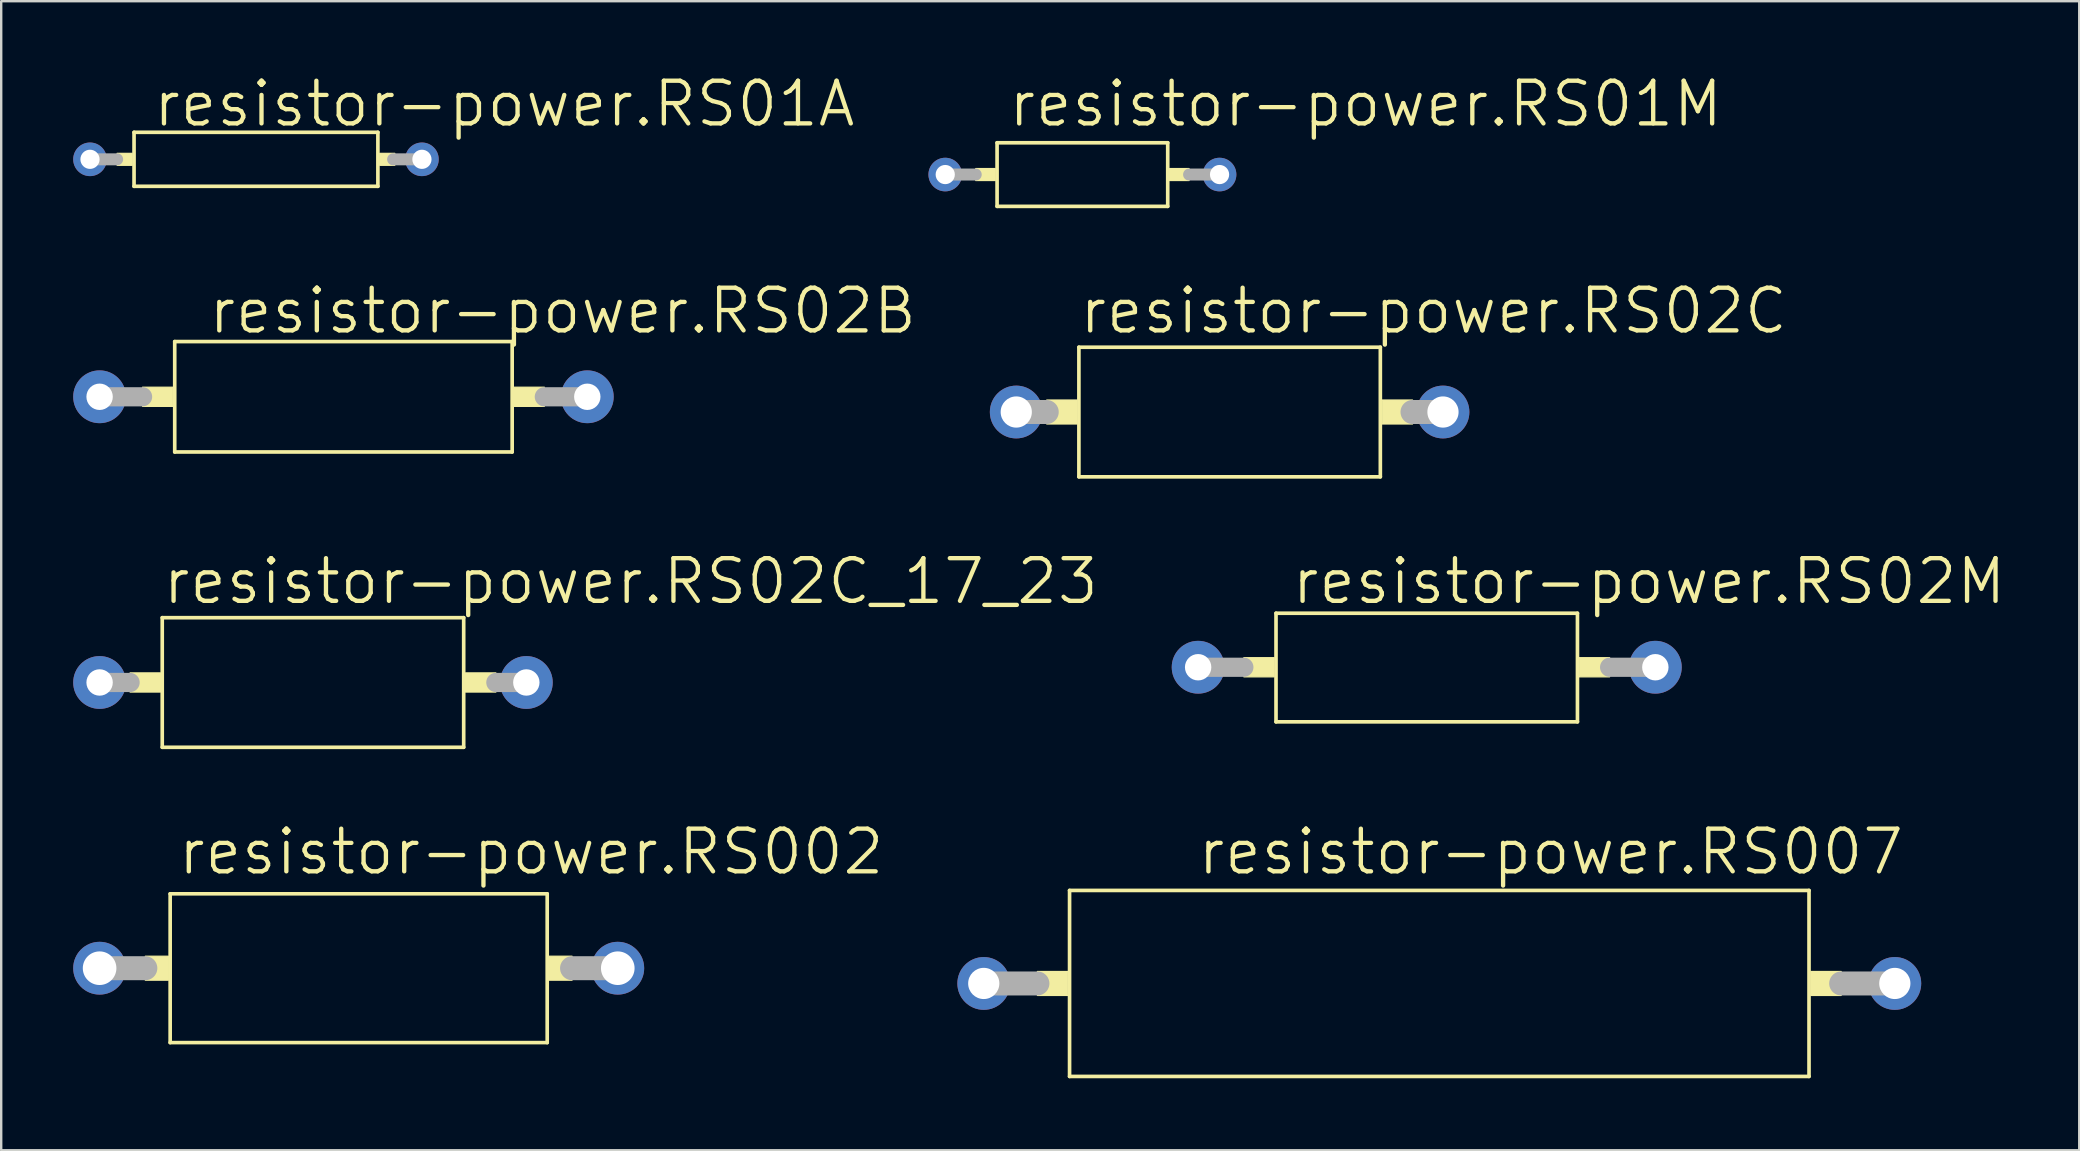
<source format=kicad_pcb>
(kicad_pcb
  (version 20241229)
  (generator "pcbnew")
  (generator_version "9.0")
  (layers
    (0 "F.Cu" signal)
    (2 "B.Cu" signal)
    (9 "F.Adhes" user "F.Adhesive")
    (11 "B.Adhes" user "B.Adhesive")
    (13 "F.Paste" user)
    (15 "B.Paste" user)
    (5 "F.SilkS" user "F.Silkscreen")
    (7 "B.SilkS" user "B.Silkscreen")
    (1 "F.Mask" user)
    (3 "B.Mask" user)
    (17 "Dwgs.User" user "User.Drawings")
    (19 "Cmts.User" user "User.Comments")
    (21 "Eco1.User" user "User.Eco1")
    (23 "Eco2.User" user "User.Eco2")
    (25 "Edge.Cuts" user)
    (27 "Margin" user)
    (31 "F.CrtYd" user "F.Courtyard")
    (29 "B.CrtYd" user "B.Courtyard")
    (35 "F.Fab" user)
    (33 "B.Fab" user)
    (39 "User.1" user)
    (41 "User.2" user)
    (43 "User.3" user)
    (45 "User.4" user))
  (footprint "resistor-power.RS007"
    (layer "F.Cu")
    (at 56.919 37.926)
    (property "Reference" "resistor-power.RS007" (at -10.16 -4.445 0) (layer "F.SilkS") (effects (font (size 1.778 1.778) (thickness 0.18)) (justify left bottom)))
    (attr through_hole)
    (fp_line (start -15.405 -3.875) (end -15.405 3.875) (stroke (width 0.152) (type default)) (layer "F.SilkS"))
    (fp_line (start -15.405 3.875) (end 15.405 3.875) (stroke (width 0.152) (type default)) (layer "F.SilkS"))
    (fp_line (start 15.405 -3.875) (end -15.405 -3.875) (stroke (width 0.152) (type default)) (layer "F.SilkS"))
    (fp_line (start 15.405 3.875) (end 15.405 -3.875) (stroke (width 0.152) (type default)) (layer "F.SilkS"))
    (fp_rect (start -16.745 0.5) (end -15.48 -0.5) (stroke (width 0.05) (type default)) (fill yes) (layer "F.SilkS"))
    (fp_rect (start 15.48 0.5) (end 16.745 -0.5) (stroke (width 0.05) (type default)) (fill yes) (layer "F.SilkS"))
    (fp_line (start -18.98 0) (end -16.745 0) (stroke (width 1) (type default)) (layer "F.Fab"))
    (fp_line (start 16.745 0) (end 18.98 0) (stroke (width 1) (type default)) (layer "F.Fab"))
    (pad "1" thru_hole circle (at -18.98 0) (size 2.2 2.2) (drill 1.3) (layers "*.Cu" "*.Mask"))
    (pad "2" thru_hole circle (at 18.98 0 90) (size 2.2 2.2) (drill 1.3) (layers "*.Cu" "*.Mask")))
  (footprint "resistor-power.RS01M"
    (layer "F.Cu")
    (at 42.049 4.223)
    (property "Reference" "resistor-power.RS01M" (at -3.175 -1.905 0) (layer "F.SilkS") (effects (font (size 1.778 1.778) (thickness 0.18)) (justify left bottom)))
    (attr through_hole)
    (fp_line (start -3.555 -1.325) (end -3.555 1.325) (stroke (width 0.152) (type default)) (layer "F.SilkS"))
    (fp_line (start -3.555 1.325) (end 3.555 1.325) (stroke (width 0.152) (type default)) (layer "F.SilkS"))
    (fp_line (start 3.555 -1.325) (end -3.555 -1.325) (stroke (width 0.152) (type default)) (layer "F.SilkS"))
    (fp_line (start 3.555 1.325) (end 3.555 -1.325) (stroke (width 0.152) (type default)) (layer "F.SilkS"))
    (fp_rect (start -4.445 0.25) (end -3.63 -0.25) (stroke (width 0.05) (type default)) (fill yes) (layer "F.SilkS"))
    (fp_rect (start 3.63 0.25) (end 4.445 -0.25) (stroke (width 0.05) (type default)) (fill yes) (layer "F.SilkS"))
    (fp_line (start -5.715 0) (end -4.445 0) (stroke (width 0.5) (type default)) (layer "F.Fab"))
    (fp_line (start 4.445 0) (end 5.715 0) (stroke (width 0.5) (type default)) (layer "F.Fab"))
    (pad "1" thru_hole circle (at -5.715 0) (size 1.4 1.4) (drill 0.8) (layers "*.Cu" "*.Mask"))
    (pad "2" thru_hole circle (at 5.715 0 90) (size 1.4 1.4) (drill 0.8) (layers "*.Cu" "*.Mask")))
  (footprint "resistor-power.RS02C_17_23"
    (layer "F.Cu")
    (at 9.99 25.386)
    (property "Reference" "resistor-power.RS02C_17_23" (at -6.35 -3.175 0) (layer "F.SilkS") (effects (font (size 1.778 1.778) (thickness 0.18)) (justify left bottom)))
    (attr through_hole)
    (fp_line (start -6.28 -2.7) (end -6.28 2.7) (stroke (width 0.152) (type default)) (layer "F.SilkS"))
    (fp_line (start -6.28 2.7) (end 6.28 2.7) (stroke (width 0.152) (type default)) (layer "F.SilkS"))
    (fp_line (start 6.28 -2.7) (end -6.28 -2.7) (stroke (width 0.152) (type default)) (layer "F.SilkS"))
    (fp_line (start 6.28 2.7) (end 6.28 -2.7) (stroke (width 0.152) (type default)) (layer "F.SilkS"))
    (fp_rect (start -7.62 0.4) (end -6.355 -0.4) (stroke (width 0.05) (type default)) (fill yes) (layer "F.SilkS"))
    (fp_rect (start 6.355 0.4) (end 7.62 -0.4) (stroke (width 0.05) (type default)) (fill yes) (layer "F.SilkS"))
    (fp_line (start -8.89 0) (end -7.62 0) (stroke (width 0.8) (type default)) (layer "F.Fab"))
    (fp_line (start 7.62 0) (end 8.89 0) (stroke (width 0.8) (type default)) (layer "F.Fab"))
    (pad "1" thru_hole circle (at -8.89 0) (size 2.2 2.2) (drill 1.1) (layers "*.Cu" "*.Mask"))
    (pad "2" thru_hole circle (at 8.89 0 90) (size 2.2 2.2) (drill 1.1) (layers "*.Cu" "*.Mask")))
  (footprint "resistor-power.RS01A"
    (layer "F.Cu")
    (at 7.615 3.588)
    (property "Reference" "resistor-power.RS01A" (at -4.375 -1.27 0) (layer "F.SilkS") (effects (font (size 1.778 1.778) (thickness 0.18)) (justify left bottom)))
    (attr through_hole)
    (fp_line (start -5.08 -1.125) (end -5.08 1.125) (stroke (width 0.152) (type default)) (layer "F.SilkS"))
    (fp_line (start -5.08 1.125) (end 5.08 1.125) (stroke (width 0.152) (type default)) (layer "F.SilkS"))
    (fp_line (start 5.08 -1.125) (end -5.08 -1.125) (stroke (width 0.152) (type default)) (layer "F.SilkS"))
    (fp_line (start 5.08 1.125) (end 5.08 -1.125) (stroke (width 0.152) (type default)) (layer "F.SilkS"))
    (fp_rect (start -5.785 0.25) (end -5.155 -0.25) (stroke (width 0.05) (type default)) (fill yes) (layer "F.SilkS"))
    (fp_rect (start 5.155 0.25) (end 5.785 -0.25) (stroke (width 0.05) (type default)) (fill yes) (layer "F.SilkS"))
    (fp_line (start -6.915 0) (end -5.785 0) (stroke (width 0.5) (type default)) (layer "F.Fab"))
    (fp_line (start 5.715 0) (end 6.915 0) (stroke (width 0.5) (type default)) (layer "F.Fab"))
    (pad "1" thru_hole circle (at -6.915 0) (size 1.4 1.4) (drill 0.8) (layers "*.Cu" "*.Mask"))
    (pad "2" thru_hole circle (at 6.915 0 90) (size 1.4 1.4) (drill 0.8) (layers "*.Cu" "*.Mask")))
  (footprint "resistor-power.RS02C"
    (layer "F.Cu")
    (at 48.183 14.117)
    (property "Reference" "resistor-power.RS02C" (at -6.35 -3.175 0) (layer "F.SilkS") (effects (font (size 1.778 1.778) (thickness 0.18)) (justify left bottom)))
    (attr through_hole)
    (fp_line (start -6.28 -2.7) (end -6.28 2.7) (stroke (width 0.152) (type default)) (layer "F.SilkS"))
    (fp_line (start -6.28 2.7) (end 6.28 2.7) (stroke (width 0.152) (type default)) (layer "F.SilkS"))
    (fp_line (start 6.28 -2.7) (end -6.28 -2.7) (stroke (width 0.152) (type default)) (layer "F.SilkS"))
    (fp_line (start 6.28 2.7) (end 6.28 -2.7) (stroke (width 0.152) (type default)) (layer "F.SilkS"))
    (fp_rect (start -7.62 0.5) (end -6.355 -0.5) (stroke (width 0.05) (type default)) (fill yes) (layer "F.SilkS"))
    (fp_rect (start 6.355 0.5) (end 7.62 -0.5) (stroke (width 0.05) (type default)) (fill yes) (layer "F.SilkS"))
    (fp_line (start -8.89 0) (end -7.62 0) (stroke (width 1) (type default)) (layer "F.Fab"))
    (fp_line (start 7.62 0) (end 8.89 0) (stroke (width 1) (type default)) (layer "F.Fab"))
    (pad "1" thru_hole circle (at -8.89 0) (size 2.2 2.2) (drill 1.3) (layers "*.Cu" "*.Mask"))
    (pad "2" thru_hole circle (at 8.89 0 90) (size 2.2 2.2) (drill 1.3) (layers "*.Cu" "*.Mask")))
  (footprint "resistor-power.RS02B"
    (layer "F.Cu")
    (at 11.26 13.482)
    (property "Reference" "resistor-power.RS02B" (at -5.715 -2.54 0) (layer "F.SilkS") (effects (font (size 1.778 1.778) (thickness 0.18)) (justify left bottom)))
    (attr through_hole)
    (fp_line (start -7.03 -2.3) (end -7.03 2.3) (stroke (width 0.152) (type default)) (layer "F.SilkS"))
    (fp_line (start -7.03 2.3) (end 7.03 2.3) (stroke (width 0.152) (type default)) (layer "F.SilkS"))
    (fp_line (start 7.03 -2.3) (end -7.03 -2.3) (stroke (width 0.152) (type default)) (layer "F.SilkS"))
    (fp_line (start 7.03 2.3) (end 7.03 -2.3) (stroke (width 0.152) (type default)) (layer "F.SilkS"))
    (fp_rect (start -8.37 0.4) (end -7.105 -0.4) (stroke (width 0.05) (type default)) (fill yes) (layer "F.SilkS"))
    (fp_rect (start 7.105 0.4) (end 8.37 -0.4) (stroke (width 0.05) (type default)) (fill yes) (layer "F.SilkS"))
    (fp_line (start -10.16 0) (end -8.37 0) (stroke (width 0.8) (type default)) (layer "F.Fab"))
    (fp_line (start 8.37 0) (end 10.16 0) (stroke (width 0.8) (type default)) (layer "F.Fab"))
    (pad "1" thru_hole circle (at -10.16 0) (size 2.2 2.2) (drill 1.1) (layers "*.Cu" "*.Mask"))
    (pad "2" thru_hole circle (at 10.16 0 90) (size 2.2 2.2) (drill 1.1) (layers "*.Cu" "*.Mask")))
  (footprint "resistor-power.RS02M"
    (layer "F.Cu")
    (at 56.396 24.751)
    (property "Reference" "resistor-power.RS02M" (at -5.715 -2.54 0) (layer "F.SilkS") (effects (font (size 1.778 1.778) (thickness 0.18)) (justify left bottom)))
    (attr through_hole)
    (fp_line (start -6.28 -2.25) (end -6.28 2.275) (stroke (width 0.152) (type default)) (layer "F.SilkS"))
    (fp_line (start -6.28 2.275) (end 6.28 2.275) (stroke (width 0.152) (type default)) (layer "F.SilkS"))
    (fp_line (start 6.28 -2.25) (end -6.28 -2.25) (stroke (width 0.152) (type default)) (layer "F.SilkS"))
    (fp_line (start 6.28 2.275) (end 6.28 -2.25) (stroke (width 0.152) (type default)) (layer "F.SilkS"))
    (fp_rect (start -7.62 0.4) (end -6.355 -0.4) (stroke (width 0.05) (type default)) (fill yes) (layer "F.SilkS"))
    (fp_rect (start 6.355 0.4) (end 7.62 -0.4) (stroke (width 0.05) (type default)) (fill yes) (layer "F.SilkS"))
    (fp_line (start -9.525 0) (end -7.62 0) (stroke (width 0.8) (type default)) (layer "F.Fab"))
    (fp_line (start 7.62 0) (end 9.525 0) (stroke (width 0.8) (type default)) (layer "F.Fab"))
    (pad "1" thru_hole circle (at -9.525 0) (size 2.2 2.2) (drill 1.1) (layers "*.Cu" "*.Mask"))
    (pad "2" thru_hole circle (at 9.525 0 90) (size 2.2 2.2) (drill 1.1) (layers "*.Cu" "*.Mask")))
  (footprint "resistor-power.RS002"
    (layer "F.Cu")
    (at 11.895 37.291)
    (property "Reference" "resistor-power.RS002" (at -7.62 -3.81 0) (layer "F.SilkS") (effects (font (size 1.778 1.778) (thickness 0.18)) (justify left bottom)))
    (attr through_hole)
    (fp_line (start -7.855 -3.1) (end -7.855 3.1) (stroke (width 0.152) (type default)) (layer "F.SilkS"))
    (fp_line (start -7.855 3.1) (end 7.855 3.1) (stroke (width 0.152) (type default)) (layer "F.SilkS"))
    (fp_line (start 7.855 -3.1) (end -7.855 -3.1) (stroke (width 0.152) (type default)) (layer "F.SilkS"))
    (fp_line (start 7.855 3.1) (end 7.855 -3.1) (stroke (width 0.152) (type default)) (layer "F.SilkS"))
    (fp_rect (start -8.89 0.5) (end -7.93 -0.5) (stroke (width 0.05) (type default)) (fill yes) (layer "F.SilkS"))
    (fp_rect (start 7.93 0.5) (end 8.89 -0.5) (stroke (width 0.05) (type default)) (fill yes) (layer "F.SilkS"))
    (fp_line (start -10.795 0) (end -8.89 0) (stroke (width 1) (type default)) (layer "F.Fab"))
    (fp_line (start 8.89 0) (end 10.795 0) (stroke (width 1) (type default)) (layer "F.Fab"))
    (pad "1" thru_hole circle (at -10.795 0) (size 2.2 2.2) (drill 1.4) (layers "*.Cu" "*.Mask"))
    (pad "2" thru_hole circle (at 10.795 0 90) (size 2.2 2.2) (drill 1.4) (layers "*.Cu" "*.Mask")))
  (gr_rect
    (start -3 -3)
    (end 83.583 44.877)
    (stroke (width 0.1) (type default))
    (fill no)
    (layer "Edge.Cuts")))
</source>
